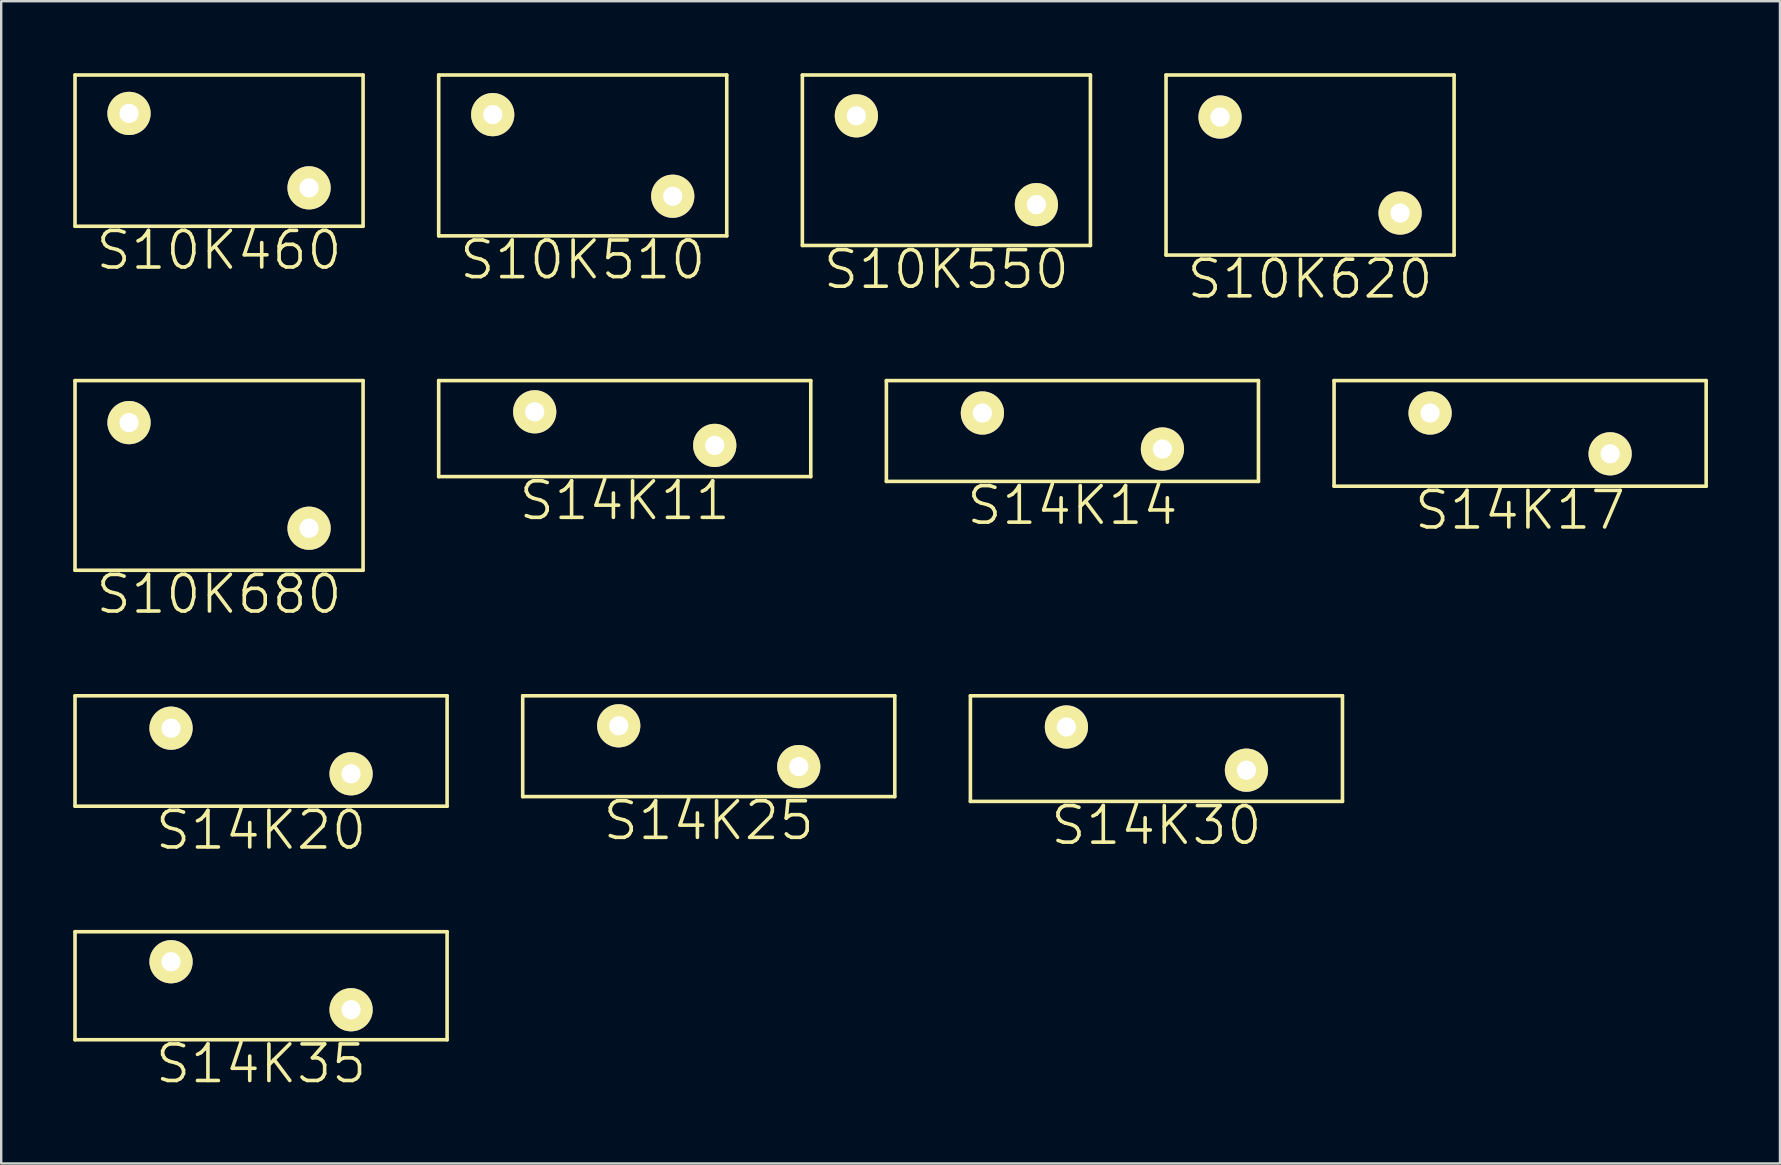
<source format=kicad_pcb>
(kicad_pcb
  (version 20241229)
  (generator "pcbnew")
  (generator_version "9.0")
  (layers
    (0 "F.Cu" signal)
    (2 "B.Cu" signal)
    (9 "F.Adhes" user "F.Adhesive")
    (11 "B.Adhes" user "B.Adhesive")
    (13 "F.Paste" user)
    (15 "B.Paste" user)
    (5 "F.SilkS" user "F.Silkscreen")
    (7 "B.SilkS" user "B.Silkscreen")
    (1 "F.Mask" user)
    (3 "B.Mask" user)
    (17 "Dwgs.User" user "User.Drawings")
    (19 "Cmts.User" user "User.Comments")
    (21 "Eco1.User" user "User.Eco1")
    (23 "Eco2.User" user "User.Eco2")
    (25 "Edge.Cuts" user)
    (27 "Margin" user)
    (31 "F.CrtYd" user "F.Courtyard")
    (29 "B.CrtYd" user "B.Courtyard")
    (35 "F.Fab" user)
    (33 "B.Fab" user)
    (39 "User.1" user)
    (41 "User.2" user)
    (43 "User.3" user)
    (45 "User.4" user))
  (footprint "S14K25"
    (layer "F.Cu")
    (at 22.725 27.185)
    (property "Reference" "S14K25" (at 3.75 3.95 0) (layer "F.SilkS") (effects (font (size 1.524 1.524) (thickness 0.15))))
    (attr through_hole)
    (fp_line (start -4 -1.25) (end -4 2.95) (stroke (width 0.15) (type solid)) (layer "F.SilkS"))
    (fp_line (start -4 -1.25) (end 11.5 -1.25) (stroke (width 0.15) (type solid)) (layer "F.SilkS"))
    (fp_line (start -4 2.95) (end 11.5 2.95) (stroke (width 0.15) (type solid)) (layer "F.SilkS"))
    (fp_line (start 11.5 -1.25) (end 11.5 2.95) (stroke (width 0.15) (type solid)) (layer "F.SilkS"))
    (pad "1" thru_hole circle (at 0 0) (size 1.8 1.8) (drill 0.8) (layers "*.Cu" "*.Mask" "F.SilkS"))
    (pad "2" thru_hole circle (at 7.5 1.7) (size 1.8 1.8) (drill 0.8) (layers "*.Cu" "*.Mask" "F.SilkS")))
  (footprint "S10K510"
    (layer "F.Cu")
    (at 17.475 1.725)
    (property "Reference" "S10K510" (at 3.75 6.05 0) (layer "F.SilkS") (effects (font (size 1.524 1.524) (thickness 0.15))))
    (attr through_hole)
    (fp_line (start -2.25 -1.65) (end -2.25 5.05) (stroke (width 0.15) (type solid)) (layer "F.SilkS"))
    (fp_line (start -2.25 -1.65) (end 9.75 -1.65) (stroke (width 0.15) (type solid)) (layer "F.SilkS"))
    (fp_line (start -2.25 5.05) (end 9.75 5.05) (stroke (width 0.15) (type solid)) (layer "F.SilkS"))
    (fp_line (start 9.75 -1.65) (end 9.75 5.05) (stroke (width 0.15) (type solid)) (layer "F.SilkS"))
    (pad "1" thru_hole circle (at 0 0) (size 1.8 1.8) (drill 0.8) (layers "*.Cu" "*.Mask" "F.SilkS"))
    (pad "2" thru_hole circle (at 7.5 3.4) (size 1.8 1.8) (drill 0.8) (layers "*.Cu" "*.Mask" "F.SilkS")))
  (footprint "S14K11"
    (layer "F.Cu")
    (at 19.225 14.105)
    (property "Reference" "S14K11" (at 3.75 3.7 0) (layer "F.SilkS") (effects (font (size 1.524 1.524) (thickness 0.15))))
    (attr through_hole)
    (fp_line (start -4 -1.3) (end -4 2.7) (stroke (width 0.15) (type solid)) (layer "F.SilkS"))
    (fp_line (start -4 -1.3) (end 11.5 -1.3) (stroke (width 0.15) (type solid)) (layer "F.SilkS"))
    (fp_line (start -4 2.7) (end 11.5 2.7) (stroke (width 0.15) (type solid)) (layer "F.SilkS"))
    (fp_line (start 11.5 -1.3) (end 11.5 2.7) (stroke (width 0.15) (type solid)) (layer "F.SilkS"))
    (pad "1" thru_hole circle (at 0 0) (size 1.8 1.8) (drill 0.8) (layers "*.Cu" "*.Mask" "F.SilkS"))
    (pad "2" thru_hole circle (at 7.5 1.4) (size 1.8 1.8) (drill 0.8) (layers "*.Cu" "*.Mask" "F.SilkS")))
  (footprint "S14K17"
    (layer "F.Cu")
    (at 56.525 14.155)
    (property "Reference" "S14K17" (at 3.75 4.05 0) (layer "F.SilkS") (effects (font (size 1.524 1.524) (thickness 0.15))))
    (attr through_hole)
    (fp_line (start -4 -1.35) (end -4 3.05) (stroke (width 0.15) (type solid)) (layer "F.SilkS"))
    (fp_line (start -4 -1.35) (end 11.5 -1.35) (stroke (width 0.15) (type solid)) (layer "F.SilkS"))
    (fp_line (start -4 3.05) (end 11.5 3.05) (stroke (width 0.15) (type solid)) (layer "F.SilkS"))
    (fp_line (start 11.5 -1.35) (end 11.5 3.05) (stroke (width 0.15) (type solid)) (layer "F.SilkS"))
    (pad "1" thru_hole circle (at 0 0) (size 1.8 1.8) (drill 0.8) (layers "*.Cu" "*.Mask" "F.SilkS"))
    (pad "2" thru_hole circle (at 7.5 1.7) (size 1.8 1.8) (drill 0.8) (layers "*.Cu" "*.Mask" "F.SilkS")))
  (footprint "S14K35"
    (layer "F.Cu")
    (at 4.075 37.014)
    (property "Reference" "S14K35" (at 3.75 4.25 0) (layer "F.SilkS") (effects (font (size 1.524 1.524) (thickness 0.15))))
    (attr through_hole)
    (fp_line (start -4 -1.25) (end -4 3.25) (stroke (width 0.15) (type solid)) (layer "F.SilkS"))
    (fp_line (start -4 -1.25) (end 11.5 -1.25) (stroke (width 0.15) (type solid)) (layer "F.SilkS"))
    (fp_line (start -4 3.25) (end 11.5 3.25) (stroke (width 0.15) (type solid)) (layer "F.SilkS"))
    (fp_line (start 11.5 -1.25) (end 11.5 3.25) (stroke (width 0.15) (type solid)) (layer "F.SilkS"))
    (pad "1" thru_hole circle (at 0 0) (size 1.8 1.8) (drill 0.8) (layers "*.Cu" "*.Mask" "F.SilkS"))
    (pad "2" thru_hole circle (at 7.5 2) (size 1.8 1.8) (drill 0.8) (layers "*.Cu" "*.Mask" "F.SilkS")))
  (footprint "S10K620"
    (layer "F.Cu")
    (at 47.775 1.825)
    (property "Reference" "S10K620" (at 3.75 6.75 0) (layer "F.SilkS") (effects (font (size 1.524 1.524) (thickness 0.15))))
    (attr through_hole)
    (fp_line (start -2.25 -1.75) (end -2.25 5.75) (stroke (width 0.15) (type solid)) (layer "F.SilkS"))
    (fp_line (start -2.25 -1.75) (end 9.75 -1.75) (stroke (width 0.15) (type solid)) (layer "F.SilkS"))
    (fp_line (start -2.25 5.75) (end 9.75 5.75) (stroke (width 0.15) (type solid)) (layer "F.SilkS"))
    (fp_line (start 9.75 -1.75) (end 9.75 5.75) (stroke (width 0.15) (type solid)) (layer "F.SilkS"))
    (pad "1" thru_hole circle (at 0 0) (size 1.8 1.8) (drill 0.8) (layers "*.Cu" "*.Mask" "F.SilkS"))
    (pad "2" thru_hole circle (at 7.5 4) (size 1.8 1.8) (drill 0.8) (layers "*.Cu" "*.Mask" "F.SilkS")))
  (footprint "S10K680"
    (layer "F.Cu")
    (at 2.325 14.555)
    (property "Reference" "S10K680" (at 3.75 7.15 0) (layer "F.SilkS") (effects (font (size 1.524 1.524) (thickness 0.15))))
    (attr through_hole)
    (fp_line (start -2.25 -1.75) (end -2.25 6.15) (stroke (width 0.15) (type solid)) (layer "F.SilkS"))
    (fp_line (start -2.25 -1.75) (end 9.75 -1.75) (stroke (width 0.15) (type solid)) (layer "F.SilkS"))
    (fp_line (start -2.25 6.15) (end 9.75 6.15) (stroke (width 0.15) (type solid)) (layer "F.SilkS"))
    (fp_line (start 9.75 -1.75) (end 9.75 6.15) (stroke (width 0.15) (type solid)) (layer "F.SilkS"))
    (pad "1" thru_hole circle (at 0 0) (size 1.8 1.8) (drill 0.8) (layers "*.Cu" "*.Mask" "F.SilkS"))
    (pad "2" thru_hole circle (at 7.5 4.4) (size 1.8 1.8) (drill 0.8) (layers "*.Cu" "*.Mask" "F.SilkS")))
  (footprint "S10K460"
    (layer "F.Cu")
    (at 2.325 1.675)
    (property "Reference" "S10K460" (at 3.75 5.7 0) (layer "F.SilkS") (effects (font (size 1.524 1.524) (thickness 0.15))))
    (attr through_hole)
    (fp_line (start -2.25 -1.6) (end -2.25 4.7) (stroke (width 0.15) (type solid)) (layer "F.SilkS"))
    (fp_line (start -2.25 -1.6) (end 9.75 -1.6) (stroke (width 0.15) (type solid)) (layer "F.SilkS"))
    (fp_line (start -2.25 4.7) (end 9.75 4.7) (stroke (width 0.15) (type solid)) (layer "F.SilkS"))
    (fp_line (start 9.75 -1.6) (end 9.75 4.7) (stroke (width 0.15) (type solid)) (layer "F.SilkS"))
    (pad "1" thru_hole circle (at 0 0) (size 1.8 1.8) (drill 0.8) (layers "*.Cu" "*.Mask" "F.SilkS"))
    (pad "2" thru_hole circle (at 7.5 3.1) (size 1.8 1.8) (drill 0.8) (layers "*.Cu" "*.Mask" "F.SilkS")))
  (footprint "S14K14"
    (layer "F.Cu")
    (at 37.875 14.155)
    (property "Reference" "S14K14" (at 3.75 3.85 0) (layer "F.SilkS") (effects (font (size 1.524 1.524) (thickness 0.15))))
    (attr through_hole)
    (fp_line (start -4 -1.35) (end -4 2.85) (stroke (width 0.15) (type solid)) (layer "F.SilkS"))
    (fp_line (start -4 -1.35) (end 11.5 -1.35) (stroke (width 0.15) (type solid)) (layer "F.SilkS"))
    (fp_line (start -4 2.85) (end 11.5 2.85) (stroke (width 0.15) (type solid)) (layer "F.SilkS"))
    (fp_line (start 11.5 -1.35) (end 11.5 2.85) (stroke (width 0.15) (type solid)) (layer "F.SilkS"))
    (pad "1" thru_hole circle (at 0 0) (size 1.8 1.8) (drill 0.8) (layers "*.Cu" "*.Mask" "F.SilkS"))
    (pad "2" thru_hole circle (at 7.5 1.5) (size 1.8 1.8) (drill 0.8) (layers "*.Cu" "*.Mask" "F.SilkS")))
  (footprint "S14K30"
    (layer "F.Cu")
    (at 41.375 27.235)
    (property "Reference" "S14K30" (at 3.75 4.1 0) (layer "F.SilkS") (effects (font (size 1.524 1.524) (thickness 0.15))))
    (attr through_hole)
    (fp_line (start -4 -1.3) (end -4 3.1) (stroke (width 0.15) (type solid)) (layer "F.SilkS"))
    (fp_line (start -4 -1.3) (end 11.5 -1.3) (stroke (width 0.15) (type solid)) (layer "F.SilkS"))
    (fp_line (start -4 3.1) (end 11.5 3.1) (stroke (width 0.15) (type solid)) (layer "F.SilkS"))
    (fp_line (start 11.5 -1.3) (end 11.5 3.1) (stroke (width 0.15) (type solid)) (layer "F.SilkS"))
    (pad "1" thru_hole circle (at 0 0) (size 1.8 1.8) (drill 0.8) (layers "*.Cu" "*.Mask" "F.SilkS"))
    (pad "2" thru_hole circle (at 7.5 1.8) (size 1.8 1.8) (drill 0.8) (layers "*.Cu" "*.Mask" "F.SilkS")))
  (footprint "S14K20"
    (layer "F.Cu")
    (at 4.075 27.285)
    (property "Reference" "S14K20" (at 3.75 4.25 0) (layer "F.SilkS") (effects (font (size 1.524 1.524) (thickness 0.15))))
    (attr through_hole)
    (fp_line (start -4 -1.35) (end -4 3.25) (stroke (width 0.15) (type solid)) (layer "F.SilkS"))
    (fp_line (start -4 -1.35) (end 11.5 -1.35) (stroke (width 0.15) (type solid)) (layer "F.SilkS"))
    (fp_line (start -4 3.25) (end 11.5 3.25) (stroke (width 0.15) (type solid)) (layer "F.SilkS"))
    (fp_line (start 11.5 -1.35) (end 11.5 3.25) (stroke (width 0.15) (type solid)) (layer "F.SilkS"))
    (pad "1" thru_hole circle (at 0 0) (size 1.8 1.8) (drill 0.8) (layers "*.Cu" "*.Mask" "F.SilkS"))
    (pad "2" thru_hole circle (at 7.5 1.9) (size 1.8 1.8) (drill 0.8) (layers "*.Cu" "*.Mask" "F.SilkS")))
  (footprint "S10K550"
    (layer "F.Cu")
    (at 32.625 1.775)
    (property "Reference" "S10K550" (at 3.75 6.4 0) (layer "F.SilkS") (effects (font (size 1.524 1.524) (thickness 0.15))))
    (attr through_hole)
    (fp_line (start -2.25 -1.7) (end -2.25 5.4) (stroke (width 0.15) (type solid)) (layer "F.SilkS"))
    (fp_line (start -2.25 -1.7) (end 9.75 -1.7) (stroke (width 0.15) (type solid)) (layer "F.SilkS"))
    (fp_line (start -2.25 5.4) (end 9.75 5.4) (stroke (width 0.15) (type solid)) (layer "F.SilkS"))
    (fp_line (start 9.75 -1.7) (end 9.75 5.4) (stroke (width 0.15) (type solid)) (layer "F.SilkS"))
    (pad "1" thru_hole circle (at 0 0) (size 1.8 1.8) (drill 0.8) (layers "*.Cu" "*.Mask" "F.SilkS"))
    (pad "2" thru_hole circle (at 7.5 3.7) (size 1.8 1.8) (drill 0.8) (layers "*.Cu" "*.Mask" "F.SilkS")))
  (gr_rect
    (start -3 -3)
    (end 71.1 45.419)
    (stroke (width 0.1) (type default))
    (fill no)
    (layer "Edge.Cuts")))
</source>
